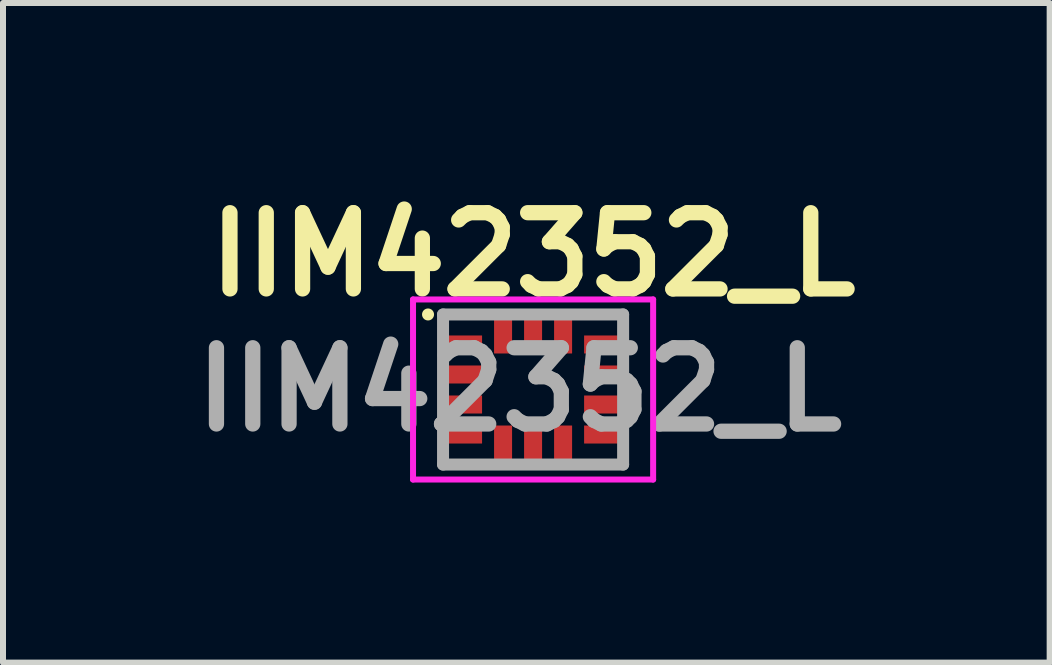
<source format=kicad_pcb>
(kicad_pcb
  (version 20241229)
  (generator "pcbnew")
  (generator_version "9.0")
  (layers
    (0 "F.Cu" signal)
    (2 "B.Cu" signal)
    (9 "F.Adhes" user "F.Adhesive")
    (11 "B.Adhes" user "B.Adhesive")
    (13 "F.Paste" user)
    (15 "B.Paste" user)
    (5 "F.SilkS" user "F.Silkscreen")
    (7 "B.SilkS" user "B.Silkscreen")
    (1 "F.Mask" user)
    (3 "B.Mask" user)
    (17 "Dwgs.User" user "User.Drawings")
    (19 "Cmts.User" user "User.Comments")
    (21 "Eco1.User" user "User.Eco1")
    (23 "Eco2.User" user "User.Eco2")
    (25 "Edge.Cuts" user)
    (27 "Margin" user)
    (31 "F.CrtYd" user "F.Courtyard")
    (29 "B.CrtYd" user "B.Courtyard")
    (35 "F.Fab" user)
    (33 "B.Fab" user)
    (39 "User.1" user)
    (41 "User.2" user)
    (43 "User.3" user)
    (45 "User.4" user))
  (footprint "IIM42352_L"
    (layer "F.Cu")
    (at 5.831 3.439)
    (property "Reference" "IIM42352_L" (at 0 -2.25 0) (layer "F.SilkS") (effects (font (size 1.27 1.27) (thickness 0.254))))
    (attr smd)
    (fp_line (start -1.5 -1.25) (end -0.8 -1.25) (stroke (width 0.1) (type solid)) (layer "F.SilkS"))
    (fp_line (start -1.5 -1) (end -1.5 -1.25) (stroke (width 0.1) (type solid)) (layer "F.SilkS"))
    (fp_line (start -1.5 1.1) (end -1.5 1.25) (stroke (width 0.1) (type solid)) (layer "F.SilkS"))
    (fp_line (start -1.5 1.25) (end -0.8 1.25) (stroke (width 0.1) (type solid)) (layer "F.SilkS"))
    (fp_line (start 0.8 -1.25) (end 1.5 -1.25) (stroke (width 0.1) (type solid)) (layer "F.SilkS"))
    (fp_line (start 0.8 1.25) (end 1.5 1.25) (stroke (width 0.1) (type solid)) (layer "F.SilkS"))
    (fp_line (start 1.5 -1.25) (end 1.5 -1) (stroke (width 0.1) (type solid)) (layer "F.SilkS"))
    (fp_line (start 1.5 1.25) (end 1.5 1) (stroke (width 0.1) (type solid)) (layer "F.SilkS"))
    (fp_circle (center -1.75 -1.25) (end -1.7 -1.25) (stroke (width 0.1) (type solid)) (fill yes) (layer "F.SilkS"))
    (fp_line (start -2 -1.5) (end 2 -1.5) (stroke (width 0.1) (type solid)) (layer "F.CrtYd"))
    (fp_line (start -2 1.5) (end -2 -1.5) (stroke (width 0.1) (type solid)) (layer "F.CrtYd"))
    (fp_line (start 2 -1.5) (end 2 1.5) (stroke (width 0.1) (type solid)) (layer "F.CrtYd"))
    (fp_line (start 2 1.5) (end -2 1.5) (stroke (width 0.1) (type solid)) (layer "F.CrtYd"))
    (fp_line (start -1.5 -1.25) (end 1.5 -1.25) (stroke (width 0.2) (type solid)) (layer "F.Fab"))
    (fp_line (start -1.5 1.25) (end -1.5 -1.25) (stroke (width 0.2) (type solid)) (layer "F.Fab"))
    (fp_line (start 1.5 -1.25) (end 1.5 1.25) (stroke (width 0.2) (type solid)) (layer "F.Fab"))
    (fp_line (start 1.5 1.25) (end -1.5 1.25) (stroke (width 0.2) (type solid)) (layer "F.Fab"))
    (fp_text user "${REFERENCE}" (at -0.225 0 0) (layer "F.Fab") (effects (font (size 1.27 1.27) (thickness 0.254))))
    (pad "1" smd rect (at -1.15 -0.75 90) (size 0.3 0.6) (layers "F.Cu" "F.Mask" "F.Paste"))
    (pad "2" smd rect (at -1.15 -0.25 90) (size 0.3 0.6) (layers "F.Cu" "F.Mask" "F.Paste"))
    (pad "3" smd rect (at -1.15 0.25 90) (size 0.3 0.6) (layers "F.Cu" "F.Mask" "F.Paste"))
    (pad "4" smd rect (at -1.15 0.75 90) (size 0.3 0.6) (layers "F.Cu" "F.Mask" "F.Paste"))
    (pad "5" smd rect (at -0.5 0.9) (size 0.3 0.6) (layers "F.Cu" "F.Mask" "F.Paste"))
    (pad "6" smd rect (at 0 0.9) (size 0.3 0.6) (layers "F.Cu" "F.Mask" "F.Paste"))
    (pad "7" smd rect (at 0.5 0.9) (size 0.3 0.6) (layers "F.Cu" "F.Mask" "F.Paste"))
    (pad "8" smd rect (at 1.15 0.75 90) (size 0.3 0.6) (layers "F.Cu" "F.Mask" "F.Paste"))
    (pad "9" smd rect (at 1.15 0.25 90) (size 0.3 0.6) (layers "F.Cu" "F.Mask" "F.Paste"))
    (pad "10" smd rect (at 1.15 -0.25 90) (size 0.3 0.6) (layers "F.Cu" "F.Mask" "F.Paste"))
    (pad "11" smd rect (at 1.15 -0.75 90) (size 0.3 0.6) (layers "F.Cu" "F.Mask" "F.Paste"))
    (pad "12" smd rect (at 0.5 -0.9) (size 0.3 0.6) (layers "F.Cu" "F.Mask" "F.Paste"))
    (pad "13" smd rect (at 0 -0.9) (size 0.3 0.6) (layers "F.Cu" "F.Mask" "F.Paste"))
    (pad "14" smd rect (at -0.5 -0.9) (size 0.3 0.6) (layers "F.Cu" "F.Mask" "F.Paste")))
  (gr_rect
    (start -3 -3)
    (end 14.437 7.989)
    (stroke (width 0.1) (type default))
    (fill no)
    (layer "Edge.Cuts")))
</source>
